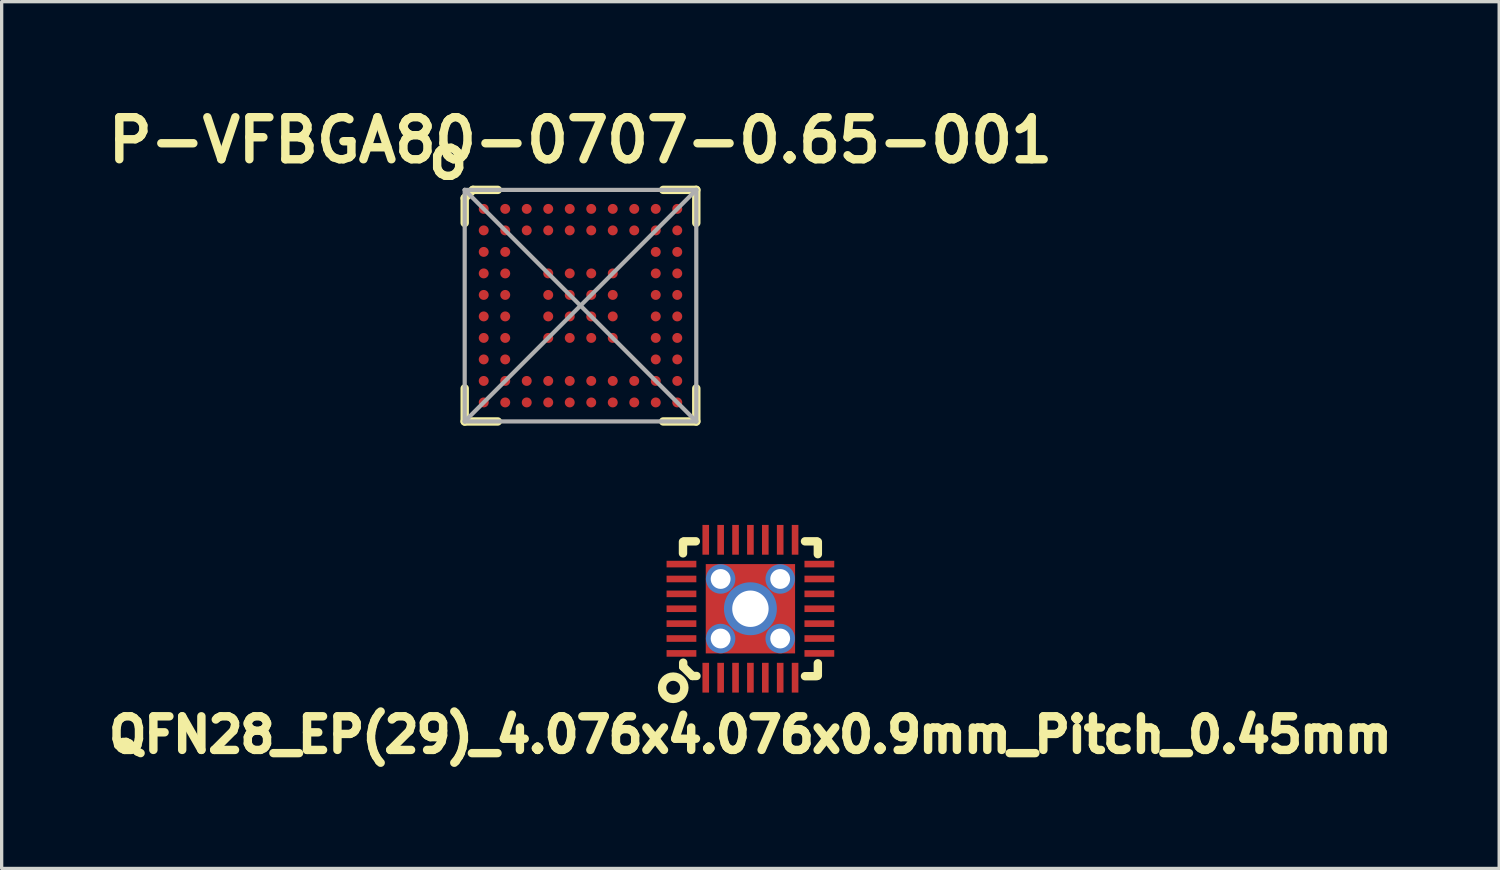
<source format=kicad_pcb>
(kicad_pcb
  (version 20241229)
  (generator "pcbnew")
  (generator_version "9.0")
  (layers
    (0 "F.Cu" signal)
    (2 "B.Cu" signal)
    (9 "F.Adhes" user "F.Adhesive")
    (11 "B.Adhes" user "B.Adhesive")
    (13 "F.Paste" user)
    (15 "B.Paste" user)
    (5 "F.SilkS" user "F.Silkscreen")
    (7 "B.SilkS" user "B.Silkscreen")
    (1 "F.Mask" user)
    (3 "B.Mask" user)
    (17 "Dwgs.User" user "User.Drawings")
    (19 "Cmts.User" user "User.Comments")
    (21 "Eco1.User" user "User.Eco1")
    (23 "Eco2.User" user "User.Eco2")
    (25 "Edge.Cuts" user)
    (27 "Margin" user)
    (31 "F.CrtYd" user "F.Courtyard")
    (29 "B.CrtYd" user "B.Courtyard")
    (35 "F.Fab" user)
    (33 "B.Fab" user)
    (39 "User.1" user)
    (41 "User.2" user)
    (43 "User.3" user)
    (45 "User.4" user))
  (footprint "QFN28_EP(29)_4.076x4.076x0.9mm_Pitch_0.45mm"
    (layer "F.Cu")
    (at 19.632 15.35)
    (property "Reference" "QFN28_EP(29)_4.076x4.076x0.9mm_Pitch_0.45mm" (at 0 3.81 0) (layer "F.SilkS") (effects (font (size 1.016 1.016) (thickness 0.254))))
    (attr smd)
    (fp_line (start -2.038 -1.675) (end -2.038 -2.025) (stroke (width 0.254) (type solid)) (layer "F.SilkS"))
    (fp_line (start -2.032 1.753) (end -2.032 1.63) (stroke (width 0.254) (type solid)) (layer "F.SilkS"))
    (fp_line (start -1.753 2.032) (end -2.032 1.753) (stroke (width 0.254) (type solid)) (layer "F.SilkS"))
    (fp_line (start -1.753 2.032) (end -1.63 2.032) (stroke (width 0.254) (type solid)) (layer "F.SilkS"))
    (fp_line (start -1.65 -2.038) (end -2 -2.038) (stroke (width 0.254) (type solid)) (layer "F.SilkS"))
    (fp_line (start 1.65 -2.038) (end 2 -2.038) (stroke (width 0.254) (type solid)) (layer "F.SilkS"))
    (fp_line (start 1.65 2.038) (end 2 2.038) (stroke (width 0.254) (type solid)) (layer "F.SilkS"))
    (fp_line (start 2.038 -1.65) (end 2.038 -2.025) (stroke (width 0.254) (type solid)) (layer "F.SilkS"))
    (fp_line (start 2.038 2.025) (end 2.038 1.65) (stroke (width 0.254) (type solid)) (layer "F.SilkS"))
    (fp_circle (center -2.334 2.388) (end -1.997 2.388) (stroke (width 0.254) (type solid)) (fill no) (layer "F.SilkS"))
    (pad "" smd rect (at -0.991 0) (size 0.66 1.02) (layers "F.Paste"))
    (pad "" smd rect (at 0 -0.991) (size 1.02 0.66) (layers "F.Paste"))
    (pad "" smd rect (at 0 0.991) (size 1.02 0.66) (layers "F.Paste"))
    (pad "" smd rect (at 0.991 0) (size 0.66 1.02) (layers "F.Paste"))
    (pad "1" smd rect (at -1.35 2.084 90) (size 0.9 0.2) (layers "F.Cu" "F.Mask" "F.Paste"))
    (pad "2" smd rect (at -0.9 2.084 90) (size 0.9 0.2) (layers "F.Cu" "F.Mask" "F.Paste"))
    (pad "3" smd rect (at -0.45 2.084 90) (size 0.9 0.2) (layers "F.Cu" "F.Mask" "F.Paste"))
    (pad "4" smd rect (at 0 2.084 90) (size 0.9 0.2) (layers "F.Cu" "F.Mask" "F.Paste"))
    (pad "5" smd rect (at 0.45 2.084 90) (size 0.9 0.2) (layers "F.Cu" "F.Mask" "F.Paste"))
    (pad "6" smd rect (at 0.9 2.084 90) (size 0.9 0.2) (layers "F.Cu" "F.Mask" "F.Paste"))
    (pad "7" smd rect (at 1.35 2.084 90) (size 0.9 0.2) (layers "F.Cu" "F.Mask" "F.Paste"))
    (pad "8" smd rect (at 2.084 1.35 180) (size 0.9 0.2) (layers "F.Cu" "F.Mask" "F.Paste"))
    (pad "9" smd rect (at 2.084 0.9 180) (size 0.9 0.2) (layers "F.Cu" "F.Mask" "F.Paste"))
    (pad "10" smd rect (at 2.084 0.45 180) (size 0.9 0.2) (layers "F.Cu" "F.Mask" "F.Paste"))
    (pad "11" smd rect (at 2.084 0 180) (size 0.9 0.2) (layers "F.Cu" "F.Mask" "F.Paste"))
    (pad "12" smd rect (at 2.084 -0.45 180) (size 0.9 0.2) (layers "F.Cu" "F.Mask" "F.Paste"))
    (pad "13" smd rect (at 2.084 -0.9 180) (size 0.9 0.2) (layers "F.Cu" "F.Mask" "F.Paste"))
    (pad "14" smd rect (at 2.084 -1.35 180) (size 0.9 0.2) (layers "F.Cu" "F.Mask" "F.Paste"))
    (pad "15" smd rect (at 1.35 -2.084 270) (size 0.9 0.2) (layers "F.Cu" "F.Mask" "F.Paste"))
    (pad "16" smd rect (at 0.9 -2.084 270) (size 0.9 0.2) (layers "F.Cu" "F.Mask" "F.Paste"))
    (pad "17" smd rect (at 0.45 -2.084 270) (size 0.9 0.2) (layers "F.Cu" "F.Mask" "F.Paste"))
    (pad "18" smd rect (at 0 -2.084 270) (size 0.9 0.2) (layers "F.Cu" "F.Mask" "F.Paste"))
    (pad "19" smd rect (at -0.45 -2.084 270) (size 0.9 0.2) (layers "F.Cu" "F.Mask" "F.Paste"))
    (pad "20" smd rect (at -0.9 -2.084 270) (size 0.9 0.2) (layers "F.Cu" "F.Mask" "F.Paste"))
    (pad "21" smd rect (at -1.35 -2.084 270) (size 0.9 0.2) (layers "F.Cu" "F.Mask" "F.Paste"))
    (pad "22" smd rect (at -2.084 -1.35) (size 0.9 0.2) (layers "F.Cu" "F.Mask" "F.Paste"))
    (pad "23" smd rect (at -2.084 -0.9) (size 0.9 0.2) (layers "F.Cu" "F.Mask" "F.Paste"))
    (pad "24" smd rect (at -2.084 -0.45) (size 0.9 0.2) (layers "F.Cu" "F.Mask" "F.Paste"))
    (pad "25" smd rect (at -2.084 0) (size 0.9 0.2) (layers "F.Cu" "F.Mask" "F.Paste"))
    (pad "26" smd rect (at -2.084 0.45) (size 0.9 0.2) (layers "F.Cu" "F.Mask" "F.Paste"))
    (pad "27" smd rect (at -2.084 0.9) (size 0.9 0.2) (layers "F.Cu" "F.Mask" "F.Paste"))
    (pad "28" smd rect (at -2.084 1.35) (size 0.9 0.2) (layers "F.Cu" "F.Mask" "F.Paste"))
    (pad "29" thru_hole circle (at -0.9 -0.9) (size 0.89 0.89) (drill 0.6) (layers "*.Cu" "F.Mask"))
    (pad "29" thru_hole circle (at -0.9 0.9) (size 0.89 0.89) (drill 0.6) (layers "*.Cu" "F.Mask"))
    (pad "29" thru_hole circle (at 0 0) (size 1.6 1.6) (drill 1.1) (layers "*.Cu" "*.Mask"))
    (pad "29" smd rect (at 0 0 90) (size 2.7 2.7) (layers "F.Cu" "F.Mask"))
    (pad "29" thru_hole circle (at 0.9 -0.9) (size 0.89 0.89) (drill 0.6) (layers "*.Cu" "F.Mask"))
    (pad "29" thru_hole circle (at 0.9 0.9) (size 0.89 0.89) (drill 0.6) (layers "*.Cu" "F.Mask")))
  (footprint "P-VFBGA80-0707-0.65-001"
    (layer "F.Cu")
    (at 14.496 6.189)
    (property "Reference" "P-VFBGA80-0707-0.65-001" (at 0 -5 0) (layer "F.SilkS") (effects (font (size 1.27 1.27) (thickness 0.254))))
    (attr smd)
    (fp_line (start -3.5 -2.5) (end -3.5 -3.25) (stroke (width 0.254) (type solid)) (layer "F.SilkS"))
    (fp_line (start -3.5 3.5) (end -3.5 2.5) (stroke (width 0.254) (type solid)) (layer "F.SilkS"))
    (fp_line (start -3.25 -3.5) (end -3.5 -3.25) (stroke (width 0.254) (type solid)) (layer "F.SilkS"))
    (fp_line (start -3.25 -3.5) (end -2.5 -3.5) (stroke (width 0.254) (type solid)) (layer "F.SilkS"))
    (fp_line (start -2.5 3.5) (end -3.5 3.5) (stroke (width 0.254) (type solid)) (layer "F.SilkS"))
    (fp_line (start 2.5 -3.5) (end 3.5 -3.5) (stroke (width 0.254) (type solid)) (layer "F.SilkS"))
    (fp_line (start 3.5 -3.5) (end 3.5 -2.5) (stroke (width 0.254) (type solid)) (layer "F.SilkS"))
    (fp_line (start 3.5 2.5) (end 3.5 3.5) (stroke (width 0.254) (type solid)) (layer "F.SilkS"))
    (fp_line (start 3.5 3.5) (end 2.5 3.5) (stroke (width 0.254) (type solid)) (layer "F.SilkS"))
    (fp_line (start -3.5 -3.5) (end 3.5 -3.5) (stroke (width 0.127) (type solid)) (layer "F.Fab"))
    (fp_line (start -3.5 -3.5) (end 3.5 3.5) (stroke (width 0.127) (type solid)) (layer "F.Fab"))
    (fp_line (start -3.5 3.5) (end -3.5 -3.5) (stroke (width 0.127) (type solid)) (layer "F.Fab"))
    (fp_line (start -3.5 3.5) (end 3.5 -3.5) (stroke (width 0.127) (type solid)) (layer "F.Fab"))
    (fp_line (start 3.5 -3.5) (end 3.5 3.5) (stroke (width 0.127) (type solid)) (layer "F.Fab"))
    (fp_line (start 3.5 3.5) (end -3.5 3.5) (stroke (width 0.127) (type solid)) (layer "F.Fab"))
    (fp_text user "o" (at -4 -4.5 0) (layer "F.SilkS") (effects (font (size 1.27 1.27) (thickness 0.254))))
    (pad "" smd rect (at -2.925 -2.925) (size 0.33 0.33) (layers "F.Paste"))
    (pad "" smd rect (at -2.925 -2.275) (size 0.33 0.33) (layers "F.Paste"))
    (pad "" smd rect (at -2.925 -1.625) (size 0.33 0.33) (layers "F.Paste"))
    (pad "" smd rect (at -2.925 -0.975) (size 0.33 0.33) (layers "F.Paste"))
    (pad "" smd rect (at -2.925 -0.325) (size 0.33 0.33) (layers "F.Paste"))
    (pad "" smd rect (at -2.925 0.325) (size 0.33 0.33) (layers "F.Paste"))
    (pad "" smd rect (at -2.925 0.975) (size 0.33 0.33) (layers "F.Paste"))
    (pad "" smd rect (at -2.925 1.625) (size 0.33 0.33) (layers "F.Paste"))
    (pad "" smd rect (at -2.925 2.275) (size 0.33 0.33) (layers "F.Paste"))
    (pad "" smd rect (at -2.925 2.925) (size 0.33 0.33) (layers "F.Paste"))
    (pad "" smd rect (at -2.275 -2.925) (size 0.33 0.33) (layers "F.Paste"))
    (pad "" smd rect (at -2.275 -2.275) (size 0.33 0.33) (layers "F.Paste"))
    (pad "" smd rect (at -2.275 -1.625) (size 0.33 0.33) (layers "F.Paste"))
    (pad "" smd rect (at -2.275 -0.975) (size 0.33 0.33) (layers "F.Paste"))
    (pad "" smd rect (at -2.275 -0.325) (size 0.33 0.33) (layers "F.Paste"))
    (pad "" smd rect (at -2.275 0.325) (size 0.33 0.33) (layers "F.Paste"))
    (pad "" smd rect (at -2.275 0.975) (size 0.33 0.33) (layers "F.Paste"))
    (pad "" smd rect (at -2.275 1.625) (size 0.33 0.33) (layers "F.Paste"))
    (pad "" smd rect (at -2.275 2.275) (size 0.33 0.33) (layers "F.Paste"))
    (pad "" smd rect (at -2.275 2.925) (size 0.33 0.33) (layers "F.Paste"))
    (pad "" smd rect (at -1.625 -2.925) (size 0.33 0.33) (layers "F.Paste"))
    (pad "" smd rect (at -1.625 -2.275) (size 0.33 0.33) (layers "F.Paste"))
    (pad "" smd rect (at -1.625 2.275) (size 0.33 0.33) (layers "F.Paste"))
    (pad "" smd rect (at -1.625 2.925) (size 0.33 0.33) (layers "F.Paste"))
    (pad "" smd rect (at -0.975 -2.925) (size 0.33 0.33) (layers "F.Paste"))
    (pad "" smd rect (at -0.975 -2.275) (size 0.33 0.33) (layers "F.Paste"))
    (pad "" smd rect (at -0.975 -0.975) (size 0.33 0.33) (layers "F.Paste"))
    (pad "" smd rect (at -0.975 -0.325) (size 0.33 0.33) (layers "F.Paste"))
    (pad "" smd rect (at -0.975 0.325) (size 0.33 0.33) (layers "F.Paste"))
    (pad "" smd rect (at -0.975 0.975) (size 0.33 0.33) (layers "F.Paste"))
    (pad "" smd rect (at -0.975 2.275) (size 0.33 0.33) (layers "F.Paste"))
    (pad "" smd rect (at -0.975 2.925) (size 0.33 0.33) (layers "F.Paste"))
    (pad "" smd rect (at -0.325 -2.925) (size 0.33 0.33) (layers "F.Paste"))
    (pad "" smd rect (at -0.325 -2.275) (size 0.33 0.33) (layers "F.Paste"))
    (pad "" smd rect (at -0.325 -0.975) (size 0.33 0.33) (layers "F.Paste"))
    (pad "" smd rect (at -0.325 -0.325) (size 0.33 0.33) (layers "F.Paste"))
    (pad "" smd rect (at -0.325 0.325) (size 0.33 0.33) (layers "F.Paste"))
    (pad "" smd rect (at -0.325 0.975) (size 0.33 0.33) (layers "F.Paste"))
    (pad "" smd rect (at -0.325 2.275) (size 0.33 0.33) (layers "F.Paste"))
    (pad "" smd rect (at -0.325 2.925) (size 0.33 0.33) (layers "F.Paste"))
    (pad "" smd rect (at 0.325 -2.925) (size 0.33 0.33) (layers "F.Paste"))
    (pad "" smd rect (at 0.325 -2.275) (size 0.33 0.33) (layers "F.Paste"))
    (pad "" smd rect (at 0.325 -0.975) (size 0.33 0.33) (layers "F.Paste"))
    (pad "" smd rect (at 0.325 -0.325) (size 0.33 0.33) (layers "F.Paste"))
    (pad "" smd rect (at 0.325 0.325) (size 0.33 0.33) (layers "F.Paste"))
    (pad "" smd rect (at 0.325 0.975) (size 0.33 0.33) (layers "F.Paste"))
    (pad "" smd rect (at 0.325 2.275) (size 0.33 0.33) (layers "F.Paste"))
    (pad "" smd rect (at 0.325 2.925) (size 0.33 0.33) (layers "F.Paste"))
    (pad "" smd rect (at 0.975 -2.925) (size 0.33 0.33) (layers "F.Paste"))
    (pad "" smd rect (at 0.975 -2.275) (size 0.33 0.33) (layers "F.Paste"))
    (pad "" smd rect (at 0.975 -0.975) (size 0.33 0.33) (layers "F.Paste"))
    (pad "" smd rect (at 0.975 -0.325) (size 0.33 0.33) (layers "F.Paste"))
    (pad "" smd rect (at 0.975 0.325) (size 0.33 0.33) (layers "F.Paste"))
    (pad "" smd rect (at 0.975 0.975) (size 0.33 0.33) (layers "F.Paste"))
    (pad "" smd rect (at 0.975 2.275) (size 0.33 0.33) (layers "F.Paste"))
    (pad "" smd rect (at 0.975 2.925) (size 0.33 0.33) (layers "F.Paste"))
    (pad "" smd rect (at 1.625 -2.925) (size 0.33 0.33) (layers "F.Paste"))
    (pad "" smd rect (at 1.625 -2.275) (size 0.33 0.33) (layers "F.Paste"))
    (pad "" smd rect (at 1.625 2.275) (size 0.33 0.33) (layers "F.Paste"))
    (pad "" smd rect (at 1.625 2.925) (size 0.33 0.33) (layers "F.Paste"))
    (pad "" smd rect (at 2.275 -2.925) (size 0.33 0.33) (layers "F.Paste"))
    (pad "" smd rect (at 2.275 -2.275) (size 0.33 0.33) (layers "F.Paste"))
    (pad "" smd rect (at 2.275 -1.625) (size 0.33 0.33) (layers "F.Paste"))
    (pad "" smd rect (at 2.275 -0.975) (size 0.33 0.33) (layers "F.Paste"))
    (pad "" smd rect (at 2.275 -0.325) (size 0.33 0.33) (layers "F.Paste"))
    (pad "" smd rect (at 2.275 0.325) (size 0.33 0.33) (layers "F.Paste"))
    (pad "" smd rect (at 2.275 0.975) (size 0.33 0.33) (layers "F.Paste"))
    (pad "" smd rect (at 2.275 1.625) (size 0.33 0.33) (layers "F.Paste"))
    (pad "" smd rect (at 2.275 2.275) (size 0.33 0.33) (layers "F.Paste"))
    (pad "" smd rect (at 2.275 2.925) (size 0.33 0.33) (layers "F.Paste"))
    (pad "" smd rect (at 2.925 -2.925) (size 0.33 0.33) (layers "F.Paste"))
    (pad "" smd rect (at 2.925 -2.275) (size 0.33 0.33) (layers "F.Paste"))
    (pad "" smd rect (at 2.925 -1.625) (size 0.33 0.33) (layers "F.Paste"))
    (pad "" smd rect (at 2.925 -0.975) (size 0.33 0.33) (layers "F.Paste"))
    (pad "" smd rect (at 2.925 -0.325) (size 0.33 0.33) (layers "F.Paste"))
    (pad "" smd rect (at 2.925 0.325) (size 0.33 0.33) (layers "F.Paste"))
    (pad "" smd rect (at 2.925 0.975) (size 0.33 0.33) (layers "F.Paste"))
    (pad "" smd rect (at 2.925 1.625) (size 0.33 0.33) (layers "F.Paste"))
    (pad "" smd rect (at 2.925 2.275) (size 0.33 0.33) (layers "F.Paste"))
    (pad "" smd rect (at 2.925 2.925) (size 0.33 0.33) (layers "F.Paste"))
    (pad "A1" smd circle (at -2.925 -2.925) (size 0.3 0.3) (layers "F.Cu" "F.Mask"))
    (pad "A2" smd circle (at -2.275 -2.925) (size 0.3 0.3) (layers "F.Cu" "F.Mask"))
    (pad "A3" smd circle (at -1.625 -2.925) (size 0.3 0.3) (layers "F.Cu" "F.Mask"))
    (pad "A4" smd circle (at -0.975 -2.925) (size 0.3 0.3) (layers "F.Cu" "F.Mask"))
    (pad "A5" smd circle (at -0.325 -2.925) (size 0.3 0.3) (layers "F.Cu" "F.Mask"))
    (pad "A6" smd circle (at 0.325 -2.925) (size 0.3 0.3) (layers "F.Cu" "F.Mask"))
    (pad "A7" smd circle (at 0.975 -2.925) (size 0.3 0.3) (layers "F.Cu" "F.Mask"))
    (pad "A8" smd circle (at 1.625 -2.925) (size 0.3 0.3) (layers "F.Cu" "F.Mask"))
    (pad "A9" smd circle (at 2.275 -2.925) (size 0.3 0.3) (layers "F.Cu" "F.Mask"))
    (pad "A10" smd circle (at 2.925 -2.925) (size 0.3 0.3) (layers "F.Cu" "F.Mask"))
    (pad "B1" smd circle (at -2.925 -2.275) (size 0.3 0.3) (layers "F.Cu" "F.Mask"))
    (pad "B2" smd circle (at -2.275 -2.275) (size 0.3 0.3) (layers "F.Cu" "F.Mask"))
    (pad "B3" smd circle (at -1.625 -2.275) (size 0.3 0.3) (layers "F.Cu" "F.Mask"))
    (pad "B4" smd circle (at -0.975 -2.275) (size 0.3 0.3) (layers "F.Cu" "F.Mask"))
    (pad "B5" smd circle (at -0.325 -2.275) (size 0.3 0.3) (layers "F.Cu" "F.Mask"))
    (pad "B6" smd circle (at 0.325 -2.275) (size 0.3 0.3) (layers "F.Cu" "F.Mask"))
    (pad "B7" smd circle (at 0.975 -2.275) (size 0.3 0.3) (layers "F.Cu" "F.Mask"))
    (pad "B8" smd circle (at 1.625 -2.275) (size 0.3 0.3) (layers "F.Cu" "F.Mask"))
    (pad "B9" smd circle (at 2.275 -2.275) (size 0.3 0.3) (layers "F.Cu" "F.Mask"))
    (pad "B10" smd circle (at 2.925 -2.275) (size 0.3 0.3) (layers "F.Cu" "F.Mask"))
    (pad "C1" smd circle (at -2.925 -1.625) (size 0.3 0.3) (layers "F.Cu" "F.Mask"))
    (pad "C2" smd circle (at -2.275 -1.625) (size 0.3 0.3) (layers "F.Cu" "F.Mask"))
    (pad "C9" smd circle (at 2.275 -1.625) (size 0.3 0.3) (layers "F.Cu" "F.Mask"))
    (pad "C10" smd circle (at 2.925 -1.625) (size 0.3 0.3) (layers "F.Cu" "F.Mask"))
    (pad "D1" smd circle (at -2.925 -0.975) (size 0.3 0.3) (layers "F.Cu" "F.Mask"))
    (pad "D2" smd circle (at -2.275 -0.975) (size 0.3 0.3) (layers "F.Cu" "F.Mask"))
    (pad "D4" smd circle (at -0.975 -0.975) (size 0.3 0.3) (layers "F.Cu" "F.Mask"))
    (pad "D5" smd circle (at -0.325 -0.975) (size 0.3 0.3) (layers "F.Cu" "F.Mask"))
    (pad "D6" smd circle (at 0.325 -0.975) (size 0.3 0.3) (layers "F.Cu" "F.Mask"))
    (pad "D7" smd circle (at 0.975 -0.975) (size 0.3 0.3) (layers "F.Cu" "F.Mask"))
    (pad "D9" smd circle (at 2.275 -0.975) (size 0.3 0.3) (layers "F.Cu" "F.Mask"))
    (pad "D10" smd circle (at 2.925 -0.975) (size 0.3 0.3) (layers "F.Cu" "F.Mask"))
    (pad "E1" smd circle (at -2.925 -0.325) (size 0.3 0.3) (layers "F.Cu" "F.Mask"))
    (pad "E2" smd circle (at -2.275 -0.325) (size 0.3 0.3) (layers "F.Cu" "F.Mask"))
    (pad "E4" smd circle (at -0.975 -0.325) (size 0.3 0.3) (layers "F.Cu" "F.Mask"))
    (pad "E5" smd circle (at -0.325 -0.325) (size 0.3 0.3) (layers "F.Cu" "F.Mask"))
    (pad "E6" smd circle (at 0.325 -0.325) (size 0.3 0.3) (layers "F.Cu" "F.Mask"))
    (pad "E7" smd circle (at 0.975 -0.325) (size 0.3 0.3) (layers "F.Cu" "F.Mask"))
    (pad "E9" smd circle (at 2.275 -0.325) (size 0.3 0.3) (layers "F.Cu" "F.Mask"))
    (pad "E10" smd circle (at 2.925 -0.325) (size 0.3 0.3) (layers "F.Cu" "F.Mask"))
    (pad "F1" smd circle (at -2.925 0.325) (size 0.3 0.3) (layers "F.Cu" "F.Mask"))
    (pad "F2" smd circle (at -2.275 0.325) (size 0.3 0.3) (layers "F.Cu" "F.Mask"))
    (pad "F4" smd circle (at -0.975 0.325) (size 0.3 0.3) (layers "F.Cu" "F.Mask"))
    (pad "F5" smd circle (at -0.325 0.325) (size 0.3 0.3) (layers "F.Cu" "F.Mask"))
    (pad "F6" smd circle (at 0.325 0.325) (size 0.3 0.3) (layers "F.Cu" "F.Mask"))
    (pad "F7" smd circle (at 0.975 0.325) (size 0.3 0.3) (layers "F.Cu" "F.Mask"))
    (pad "F9" smd circle (at 2.275 0.325) (size 0.3 0.3) (layers "F.Cu" "F.Mask"))
    (pad "F10" smd circle (at 2.925 0.325) (size 0.3 0.3) (layers "F.Cu" "F.Mask"))
    (pad "G1" smd circle (at -2.925 0.975) (size 0.3 0.3) (layers "F.Cu" "F.Mask"))
    (pad "G2" smd circle (at -2.275 0.975) (size 0.3 0.3) (layers "F.Cu" "F.Mask"))
    (pad "G4" smd circle (at -0.975 0.975) (size 0.3 0.3) (layers "F.Cu" "F.Mask"))
    (pad "G5" smd circle (at -0.325 0.975) (size 0.3 0.3) (layers "F.Cu" "F.Mask"))
    (pad "G6" smd circle (at 0.325 0.975) (size 0.3 0.3) (layers "F.Cu" "F.Mask"))
    (pad "G7" smd circle (at 0.975 0.975) (size 0.3 0.3) (layers "F.Cu" "F.Mask"))
    (pad "G9" smd circle (at 2.275 0.975) (size 0.3 0.3) (layers "F.Cu" "F.Mask"))
    (pad "G10" smd circle (at 2.925 0.975) (size 0.3 0.3) (layers "F.Cu" "F.Mask"))
    (pad "H1" smd circle (at -2.925 1.625) (size 0.3 0.3) (layers "F.Cu" "F.Mask"))
    (pad "H2" smd circle (at -2.275 1.625) (size 0.3 0.3) (layers "F.Cu" "F.Mask"))
    (pad "H9" smd circle (at 2.275 1.625) (size 0.3 0.3) (layers "F.Cu" "F.Mask"))
    (pad "H10" smd circle (at 2.925 1.625) (size 0.3 0.3) (layers "F.Cu" "F.Mask"))
    (pad "J1" smd circle (at -2.925 2.275) (size 0.3 0.3) (layers "F.Cu" "F.Mask"))
    (pad "J2" smd circle (at -2.275 2.275) (size 0.3 0.3) (layers "F.Cu" "F.Mask"))
    (pad "J3" smd circle (at -1.625 2.275) (size 0.3 0.3) (layers "F.Cu" "F.Mask"))
    (pad "J4" smd circle (at -0.975 2.275) (size 0.3 0.3) (layers "F.Cu" "F.Mask"))
    (pad "J5" smd circle (at -0.325 2.275) (size 0.3 0.3) (layers "F.Cu" "F.Mask"))
    (pad "J6" smd circle (at 0.325 2.275) (size 0.3 0.3) (layers "F.Cu" "F.Mask"))
    (pad "J7" smd circle (at 0.975 2.275) (size 0.3 0.3) (layers "F.Cu" "F.Mask"))
    (pad "J8" smd circle (at 1.625 2.275) (size 0.3 0.3) (layers "F.Cu" "F.Mask"))
    (pad "J9" smd circle (at 2.275 2.275) (size 0.3 0.3) (layers "F.Cu" "F.Mask"))
    (pad "J10" smd circle (at 2.925 2.275) (size 0.3 0.3) (layers "F.Cu" "F.Mask"))
    (pad "K1" smd circle (at -2.925 2.925) (size 0.3 0.3) (layers "F.Cu" "F.Mask"))
    (pad "K2" smd circle (at -2.275 2.925) (size 0.3 0.3) (layers "F.Cu" "F.Mask"))
    (pad "K3" smd circle (at -1.625 2.925) (size 0.3 0.3) (layers "F.Cu" "F.Mask"))
    (pad "K4" smd circle (at -0.975 2.925) (size 0.3 0.3) (layers "F.Cu" "F.Mask"))
    (pad "K5" smd circle (at -0.325 2.925) (size 0.3 0.3) (layers "F.Cu" "F.Mask"))
    (pad "K6" smd circle (at 0.325 2.925) (size 0.3 0.3) (layers "F.Cu" "F.Mask"))
    (pad "K7" smd circle (at 0.975 2.925) (size 0.3 0.3) (layers "F.Cu" "F.Mask"))
    (pad "K8" smd circle (at 1.625 2.925) (size 0.3 0.3) (layers "F.Cu" "F.Mask"))
    (pad "K9" smd circle (at 2.275 2.925) (size 0.3 0.3) (layers "F.Cu" "F.Mask"))
    (pad "K10" smd circle (at 2.925 2.925) (size 0.3 0.3) (layers "F.Cu" "F.Mask")))
  (gr_rect
    (start -3 -3)
    (end 42.264 23.2)
    (stroke (width 0.1) (type default))
    (fill no)
    (layer "Edge.Cuts")))
</source>
